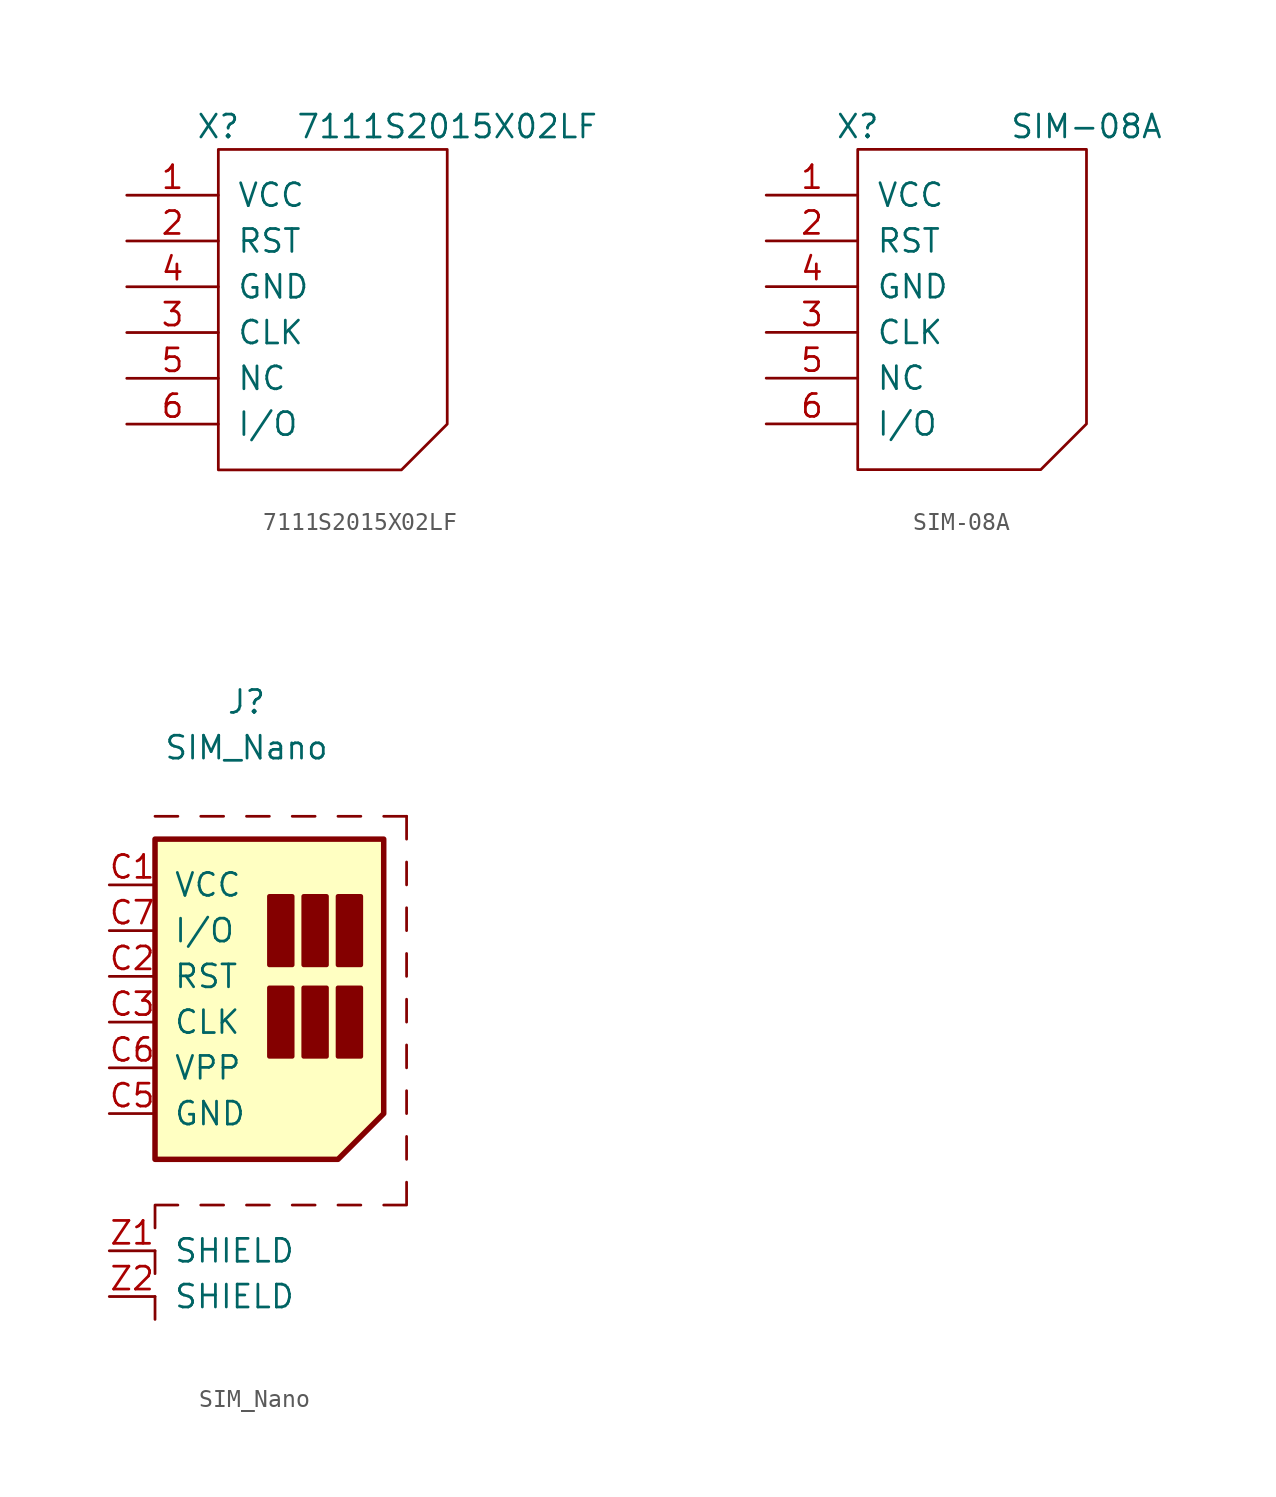
<source format=kicad_sym>
(kicad_symbol_lib
  (version 20211014)
  (generator kicad_symbol_editor)
  (symbol "7111S2015X02LF"
    (pin_names
      (offset 1.016))
    (property "Reference" "X"
      (at 5.08 3.81 0)
      (effects (font (size 1.27 1.27))))
    (property "Value" "7111S2015X02LF"
      (at 17.78 3.81 0)
      (effects (font (size 1.27 1.27))))
    (symbol "7111S2015X02LF_0_1"
      (polyline (pts (xy 5.08 2.54) (xy 17.78 2.54) (xy 17.78 -12.7) (xy 15.24 -15.24) (xy 5.08 -15.24) (xy 5.08 2.54)) (stroke (width 0) (type default) (color 0 0 0 0)) (fill (type none))))
    (symbol "7111S2015X02LF_1_1"
      (pin power_in line (at 0 0 0) (length 5.08) (name "VCC" (effects (font (size 1.27 1.27)))) (number "1" (effects (font (size 1.27 1.27)))))
      (pin input line (at 0 -2.54 0) (length 5.08) (name "RST" (effects (font (size 1.27 1.27)))) (number "2" (effects (font (size 1.27 1.27)))))
      (pin input line (at 0 -7.62 0) (length 5.08) (name "CLK" (effects (font (size 1.27 1.27)))) (number "3" (effects (font (size 1.27 1.27)))))
      (pin power_in line (at 0 -5.08 0) (length 5.08) (name "GND" (effects (font (size 1.27 1.27)))) (number "4" (effects (font (size 1.27 1.27)))))
      (pin input line (at 0 -10.16 0) (length 5.08) (name "NC" (effects (font (size 1.27 1.27)))) (number "5" (effects (font (size 1.27 1.27)))))
      (pin bidirectional line (at 0 -12.7 0) (length 5.08) (name "I/O" (effects (font (size 1.27 1.27)))) (number "6" (effects (font (size 1.27 1.27)))))))
  (symbol "SIM-08A"
    (pin_names
      (offset 1.016))
    (property "Reference" "X"
      (at 5.08 3.81 0)
      (effects (font (size 1.27 1.27))))
    (property "Value" "SIM-08A"
      (at 17.78 3.81 0)
      (effects (font (size 1.27 1.27))))
    (symbol "SIM-08A_0_1"
      (polyline (pts (xy 5.08 2.54) (xy 17.78 2.54) (xy 17.78 -12.7) (xy 15.24 -15.24) (xy 5.08 -15.24) (xy 5.08 2.54)) (stroke (width 0) (type default) (color 0 0 0 0)) (fill (type none))))
    (symbol "SIM-08A_1_1"
      (pin power_in line (at 0 0 0) (length 5.08) (name "VCC" (effects (font (size 1.27 1.27)))) (number "1" (effects (font (size 1.27 1.27)))))
      (pin input line (at 0 -2.54 0) (length 5.08) (name "RST" (effects (font (size 1.27 1.27)))) (number "2" (effects (font (size 1.27 1.27)))))
      (pin input line (at 0 -7.62 0) (length 5.08) (name "CLK" (effects (font (size 1.27 1.27)))) (number "3" (effects (font (size 1.27 1.27)))))
      (pin power_in line (at 0 -5.08 0) (length 5.08) (name "GND" (effects (font (size 1.27 1.27)))) (number "4" (effects (font (size 1.27 1.27)))))
      (pin input line (at 0 -10.16 0) (length 5.08) (name "NC" (effects (font (size 1.27 1.27)))) (number "5" (effects (font (size 1.27 1.27)))))
      (pin bidirectional line (at 0 -12.7 0) (length 5.08) (name "I/O" (effects (font (size 1.27 1.27)))) (number "6" (effects (font (size 1.27 1.27)))))))
  (symbol "SIM_Nano"
    (pin_names
      (offset 1.016))
    (property "Reference" "J"
      (at 7.62 10.16 0)
      (effects (font (size 1.27 1.27))))
    (property "Value" "SIM_Nano"
      (at 7.62 7.62 0)
      (effects (font (size 1.27 1.27))))
    (symbol "SIM_Nano_0_1"
      (polyline (pts (xy 2.54 -22.86) (xy 2.54 -24.13)) (stroke (width 0) (type default) (color 0 0 0 0)) (fill (type none)))
      (polyline (pts (xy 2.54 -20.32) (xy 2.54 -21.59)) (stroke (width 0) (type default) (color 0 0 0 0)) (fill (type none)))
      (polyline (pts (xy 2.54 3.81) (xy 3.81 3.81)) (stroke (width 0) (type default) (color 0 0 0 0)) (fill (type none)))
      (polyline (pts (xy 5.08 3.81) (xy 6.35 3.81)) (stroke (width 0) (type default) (color 0 0 0 0)) (fill (type none)))
      (polyline (pts (xy 6.35 -17.78) (xy 5.08 -17.78)) (stroke (width 0) (type default) (color 0 0 0 0)) (fill (type none)))
      (polyline (pts (xy 7.62 3.81) (xy 8.89 3.81)) (stroke (width 0) (type default) (color 0 0 0 0)) (fill (type none)))
      (polyline (pts (xy 8.89 -17.78) (xy 7.62 -17.78)) (stroke (width 0) (type default) (color 0 0 0 0)) (fill (type none)))
      (polyline (pts (xy 10.16 3.81) (xy 11.43 3.81)) (stroke (width 0) (type default) (color 0 0 0 0)) (fill (type none)))
      (polyline (pts (xy 11.43 -17.78) (xy 10.16 -17.78)) (stroke (width 0) (type default) (color 0 0 0 0)) (fill (type none)))
      (polyline (pts (xy 12.7 3.81) (xy 13.97 3.81)) (stroke (width 0) (type default) (color 0 0 0 0)) (fill (type none)))
      (polyline (pts (xy 13.97 -17.78) (xy 12.7 -17.78)) (stroke (width 0) (type default) (color 0 0 0 0)) (fill (type none)))
      (polyline (pts (xy 15.24 3.81) (xy 16.51 3.81)) (stroke (width 0) (type default) (color 0 0 0 0)) (fill (type none)))
      (polyline (pts (xy 16.51 -13.97) (xy 16.51 -15.24)) (stroke (width 0) (type default) (color 0 0 0 0)) (fill (type none)))
      (polyline (pts (xy 16.51 -11.43) (xy 16.51 -12.7)) (stroke (width 0) (type default) (color 0 0 0 0)) (fill (type none)))
      (polyline (pts (xy 16.51 -8.89) (xy 16.51 -10.16)) (stroke (width 0) (type default) (color 0 0 0 0)) (fill (type none)))
      (polyline (pts (xy 16.51 -6.35) (xy 16.51 -7.62)) (stroke (width 0) (type default) (color 0 0 0 0)) (fill (type none)))
      (polyline (pts (xy 16.51 -3.81) (xy 16.51 -5.08)) (stroke (width 0) (type default) (color 0 0 0 0)) (fill (type none)))
      (polyline (pts (xy 16.51 -1.27) (xy 16.51 -2.54)) (stroke (width 0) (type default) (color 0 0 0 0)) (fill (type none)))
      (polyline (pts (xy 16.51 1.27) (xy 16.51 0)) (stroke (width 0) (type default) (color 0 0 0 0)) (fill (type none)))
      (polyline (pts (xy 16.51 3.81) (xy 16.51 2.54)) (stroke (width 0) (type default) (color 0 0 0 0)) (fill (type none)))
      (polyline (pts (xy 3.81 -17.78) (xy 2.54 -17.78) (xy 2.54 -19.05)) (stroke (width 0) (type default) (color 0 0 0 0)) (fill (type none)))
      (polyline (pts (xy 16.51 -16.51) (xy 16.51 -17.78) (xy 15.24 -17.78)) (stroke (width 0) (type default) (color 0 0 0 0)) (fill (type none)))
      (polyline (pts (xy 2.54 2.54) (xy 15.24 2.54) (xy 15.24 -12.7) (xy 12.7 -15.24) (xy 2.54 -15.24) (xy 2.54 2.54)) (stroke (width 0.305) (type default) (color 0 0 0 0)) (fill (type background))))
    (symbol "SIM_Nano_1_1"
      (rectangle (start 10.16 -9.525) (end 8.89 -5.715) (stroke (width 0.254) (type default) (color 0 0 0 0)) (fill (type outline)))
      (rectangle (start 10.16 -4.445) (end 8.89 -0.635) (stroke (width 0.254) (type default) (color 0 0 0 0)) (fill (type outline)))
      (rectangle (start 12.065 -9.525) (end 10.795 -5.715) (stroke (width 0.254) (type default) (color 0 0 0 0)) (fill (type outline)))
      (rectangle (start 12.065 -4.445) (end 10.795 -0.635) (stroke (width 0.254) (type default) (color 0 0 0 0)) (fill (type outline)))
      (rectangle (start 12.7 -4.445) (end 13.97 -0.635) (stroke (width 0.254) (type default) (color 0 0 0 0)) (fill (type outline)))
      (rectangle (start 13.97 -9.525) (end 12.7 -5.715) (stroke (width 0.254) (type default) (color 0 0 0 0)) (fill (type outline)))
      (pin power_in line (at 0 0 0) (length 2.54) (name "VCC" (effects (font (size 1.27 1.27)))) (number "C1" (effects (font (size 1.27 1.27)))))
      (pin input line (at 0 -5.08 0) (length 2.54) (name "RST" (effects (font (size 1.27 1.27)))) (number "C2" (effects (font (size 1.27 1.27)))))
      (pin input line (at 0 -7.62 0) (length 2.54) (name "CLK" (effects (font (size 1.27 1.27)))) (number "C3" (effects (font (size 1.27 1.27)))))
      (pin power_in line (at 0 -12.7 0) (length 2.54) (name "GND" (effects (font (size 1.27 1.27)))) (number "C5" (effects (font (size 1.27 1.27)))))
      (pin input line (at 0 -10.16 0) (length 2.54) (name "VPP" (effects (font (size 1.27 1.27)))) (number "C6" (effects (font (size 1.27 1.27)))))
      (pin bidirectional line (at 0 -2.54 0) (length 2.54) (name "I/O" (effects (font (size 1.27 1.27)))) (number "C7" (effects (font (size 1.27 1.27)))))
      (pin passive line (at 0 -20.32 0) (length 2.54) (name "SHIELD" (effects (font (size 1.27 1.27)))) (number "Z1" (effects (font (size 1.27 1.27)))))
      (pin passive line (at 0 -22.86 0) (length 2.54) (name "SHIELD" (effects (font (size 1.27 1.27)))) (number "Z2" (effects (font (size 1.27 1.27))))))))
</source>
